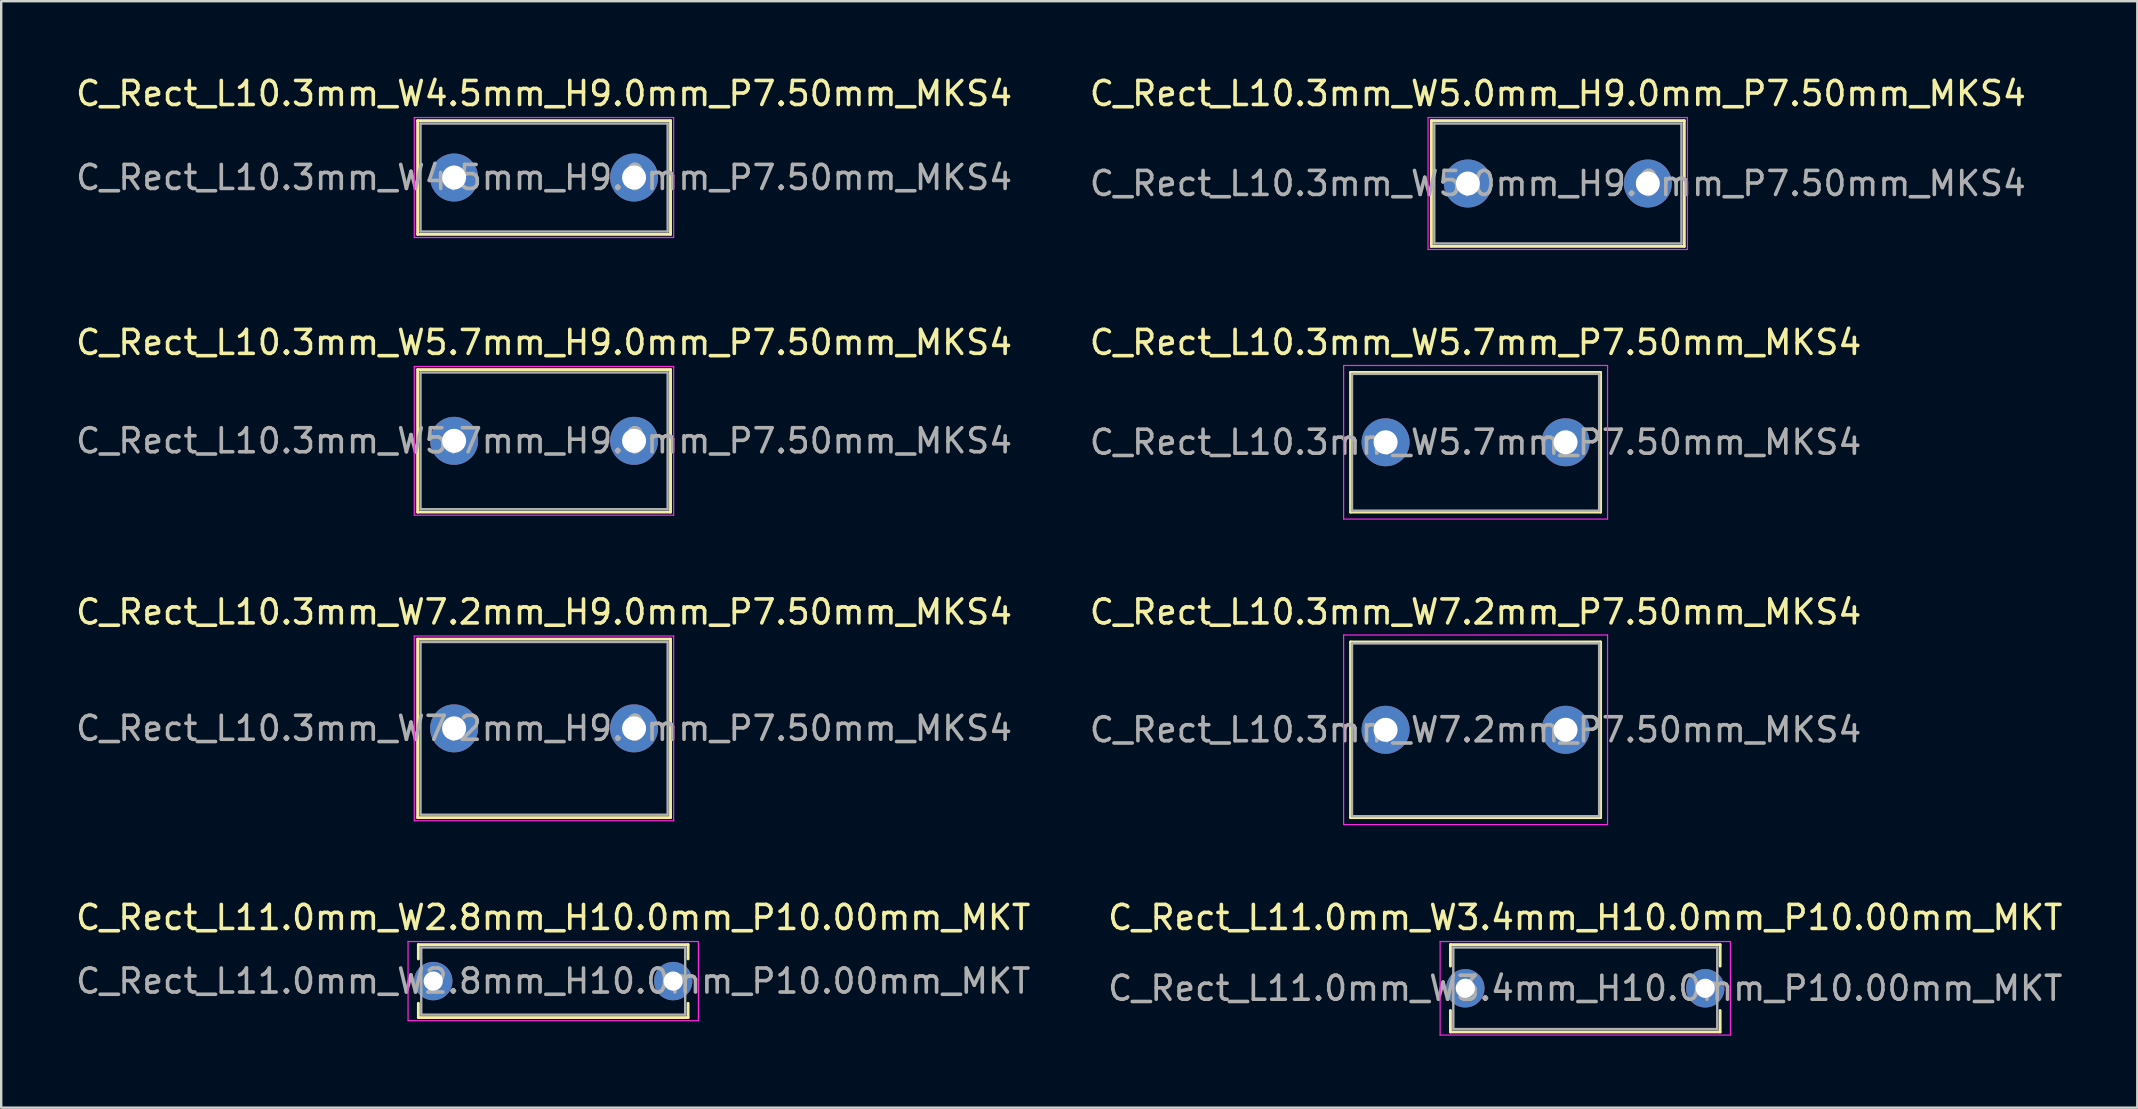
<source format=kicad_pcb>
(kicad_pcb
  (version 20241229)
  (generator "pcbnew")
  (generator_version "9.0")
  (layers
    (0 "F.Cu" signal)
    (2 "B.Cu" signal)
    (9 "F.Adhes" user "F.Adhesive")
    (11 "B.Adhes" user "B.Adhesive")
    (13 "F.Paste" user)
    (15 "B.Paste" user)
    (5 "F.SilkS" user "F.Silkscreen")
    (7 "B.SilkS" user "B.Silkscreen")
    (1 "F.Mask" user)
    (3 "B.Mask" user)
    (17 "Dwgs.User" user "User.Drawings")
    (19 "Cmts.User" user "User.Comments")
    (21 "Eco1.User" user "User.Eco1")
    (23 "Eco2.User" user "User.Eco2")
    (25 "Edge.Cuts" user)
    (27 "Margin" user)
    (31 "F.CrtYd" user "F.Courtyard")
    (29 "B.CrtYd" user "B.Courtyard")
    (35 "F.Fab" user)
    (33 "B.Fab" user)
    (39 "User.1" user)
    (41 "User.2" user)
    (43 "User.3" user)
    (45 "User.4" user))
  (footprint "C_Rect_L10.3mm_W4.5mm_H9.0mm_P7.50mm_MKS4"
    (layer "F.Cu")
    (at 15.875 4.348)
    (property "Reference" "C_Rect_L10.3mm_W4.5mm_H9.0mm_P7.50mm_MKS4" (at 3.75 -3.5 0) (layer "F.SilkS") (effects (font (size 1 1) (thickness 0.15))))
    (attr through_hole)
    (fp_line (start -1.52 -2.37) (end -1.52 2.37) (stroke (width 0.12) (type solid)) (layer "F.SilkS"))
    (fp_line (start -1.52 -2.37) (end 9.02 -2.37) (stroke (width 0.12) (type solid)) (layer "F.SilkS"))
    (fp_line (start -1.52 2.37) (end 9.02 2.37) (stroke (width 0.12) (type solid)) (layer "F.SilkS"))
    (fp_line (start 9.02 -2.37) (end 9.02 2.37) (stroke (width 0.12) (type solid)) (layer "F.SilkS"))
    (fp_line (start -1.66 -2.5) (end -1.66 2.5) (stroke (width 0.05) (type solid)) (layer "F.CrtYd"))
    (fp_line (start -1.66 2.5) (end 9.15 2.5) (stroke (width 0.05) (type solid)) (layer "F.CrtYd"))
    (fp_line (start 9.15 -2.5) (end -1.66 -2.5) (stroke (width 0.05) (type solid)) (layer "F.CrtYd"))
    (fp_line (start 9.15 2.5) (end 9.15 -2.5) (stroke (width 0.05) (type solid)) (layer "F.CrtYd"))
    (fp_line (start -1.4 -2.25) (end -1.4 2.25) (stroke (width 0.1) (type solid)) (layer "F.Fab"))
    (fp_line (start -1.4 2.25) (end 8.9 2.25) (stroke (width 0.1) (type solid)) (layer "F.Fab"))
    (fp_line (start 8.9 -2.25) (end -1.4 -2.25) (stroke (width 0.1) (type solid)) (layer "F.Fab"))
    (fp_line (start 8.9 2.25) (end 8.9 -2.25) (stroke (width 0.1) (type solid)) (layer "F.Fab"))
    (fp_text user "${REFERENCE}" (at 3.75 0 0) (layer "F.Fab") (effects (font (size 1 1) (thickness 0.15))))
    (pad "1" thru_hole circle (at 0 0) (size 2 2) (drill 1) (layers "*.Cu" "*.Mask"))
    (pad "2" thru_hole circle (at 7.5 0) (size 2 2) (drill 1) (layers "*.Cu" "*.Mask")))
  (footprint "C_Rect_L10.3mm_W5.7mm_H9.0mm_P7.50mm_MKS4"
    (layer "F.Cu")
    (at 15.875 15.322)
    (property "Reference" "C_Rect_L10.3mm_W5.7mm_H9.0mm_P7.50mm_MKS4" (at 3.75 -4.1 0) (layer "F.SilkS") (effects (font (size 1 1) (thickness 0.15))))
    (attr through_hole)
    (fp_line (start -1.52 -2.97) (end -1.52 2.97) (stroke (width 0.12) (type solid)) (layer "F.SilkS"))
    (fp_line (start -1.52 -2.97) (end 9.02 -2.97) (stroke (width 0.12) (type solid)) (layer "F.SilkS"))
    (fp_line (start -1.52 2.97) (end 9.02 2.97) (stroke (width 0.12) (type solid)) (layer "F.SilkS"))
    (fp_line (start 9.02 -2.97) (end 9.02 2.97) (stroke (width 0.12) (type solid)) (layer "F.SilkS"))
    (fp_line (start -1.66 -3.1) (end -1.66 3.1) (stroke (width 0.05) (type solid)) (layer "F.CrtYd"))
    (fp_line (start -1.66 3.1) (end 9.15 3.1) (stroke (width 0.05) (type solid)) (layer "F.CrtYd"))
    (fp_line (start 9.15 -3.1) (end -1.66 -3.1) (stroke (width 0.05) (type solid)) (layer "F.CrtYd"))
    (fp_line (start 9.15 3.1) (end 9.15 -3.1) (stroke (width 0.05) (type solid)) (layer "F.CrtYd"))
    (fp_line (start -1.4 -2.85) (end -1.4 2.85) (stroke (width 0.1) (type solid)) (layer "F.Fab"))
    (fp_line (start -1.4 2.85) (end 8.9 2.85) (stroke (width 0.1) (type solid)) (layer "F.Fab"))
    (fp_line (start 8.9 -2.85) (end -1.4 -2.85) (stroke (width 0.1) (type solid)) (layer "F.Fab"))
    (fp_line (start 8.9 2.85) (end 8.9 -2.85) (stroke (width 0.1) (type solid)) (layer "F.Fab"))
    (fp_text user "${REFERENCE}" (at 3.75 0 0) (layer "F.Fab") (effects (font (size 1 1) (thickness 0.15))))
    (pad "1" thru_hole circle (at 0 0) (size 2 2) (drill 1) (layers "*.Cu" "*.Mask"))
    (pad "2" thru_hole circle (at 7.5 0) (size 2 2) (drill 1) (layers "*.Cu" "*.Mask")))
  (footprint "C_Rect_L10.3mm_W7.2mm_P7.50mm_MKS4"
    (layer "F.Cu")
    (at 54.696 27.365)
    (property "Reference" "C_Rect_L10.3mm_W7.2mm_P7.50mm_MKS4" (at 3.75 -4.91 0) (layer "F.SilkS") (effects (font (size 1 1) (thickness 0.15))))
    (attr through_hole)
    (fp_line (start -1.46 -3.66) (end -1.46 3.66) (stroke (width 0.12) (type solid)) (layer "F.SilkS"))
    (fp_line (start -1.46 -3.66) (end 8.96 -3.66) (stroke (width 0.12) (type solid)) (layer "F.SilkS"))
    (fp_line (start -1.46 3.66) (end 8.96 3.66) (stroke (width 0.12) (type solid)) (layer "F.SilkS"))
    (fp_line (start 8.96 -3.66) (end 8.96 3.66) (stroke (width 0.12) (type solid)) (layer "F.SilkS"))
    (fp_line (start -1.75 -3.95) (end -1.75 3.95) (stroke (width 0.05) (type solid)) (layer "F.CrtYd"))
    (fp_line (start -1.75 3.95) (end 9.25 3.95) (stroke (width 0.05) (type solid)) (layer "F.CrtYd"))
    (fp_line (start 9.25 -3.95) (end -1.75 -3.95) (stroke (width 0.05) (type solid)) (layer "F.CrtYd"))
    (fp_line (start 9.25 3.95) (end 9.25 -3.95) (stroke (width 0.05) (type solid)) (layer "F.CrtYd"))
    (fp_line (start -1.4 -3.6) (end -1.4 3.6) (stroke (width 0.1) (type solid)) (layer "F.Fab"))
    (fp_line (start -1.4 3.6) (end 8.9 3.6) (stroke (width 0.1) (type solid)) (layer "F.Fab"))
    (fp_line (start 8.9 -3.6) (end -1.4 -3.6) (stroke (width 0.1) (type solid)) (layer "F.Fab"))
    (fp_line (start 8.9 3.6) (end 8.9 -3.6) (stroke (width 0.1) (type solid)) (layer "F.Fab"))
    (fp_text user "${REFERENCE}" (at 3.75 0 0) (layer "F.Fab") (effects (font (size 1 1) (thickness 0.15))))
    (pad "1" thru_hole circle (at 0 0) (size 2 2) (drill 1) (layers "*.Cu" "*.Mask"))
    (pad "2" thru_hole circle (at 7.5 0) (size 2 2) (drill 1) (layers "*.Cu" "*.Mask")))
  (footprint "C_Rect_L11.0mm_W3.4mm_H10.0mm_P10.00mm_MKT"
    (layer "F.Cu")
    (at 58.018 38.138)
    (property "Reference" "C_Rect_L11.0mm_W3.4mm_H10.0mm_P10.00mm_MKT" (at 5 -2.95 0) (layer "F.SilkS") (effects (font (size 1 1) (thickness 0.15))))
    (attr through_hole)
    (fp_line (start -0.62 -1.82) (end -0.62 -0.925) (stroke (width 0.12) (type solid)) (layer "F.SilkS"))
    (fp_line (start -0.62 -1.82) (end 10.62 -1.82) (stroke (width 0.12) (type solid)) (layer "F.SilkS"))
    (fp_line (start -0.62 0.925) (end -0.62 1.82) (stroke (width 0.12) (type solid)) (layer "F.SilkS"))
    (fp_line (start -0.62 1.82) (end 10.62 1.82) (stroke (width 0.12) (type solid)) (layer "F.SilkS"))
    (fp_line (start 10.62 -1.82) (end 10.62 -0.925) (stroke (width 0.12) (type solid)) (layer "F.SilkS"))
    (fp_line (start 10.62 0.925) (end 10.62 1.82) (stroke (width 0.12) (type solid)) (layer "F.SilkS"))
    (fp_line (start -1.05 -1.95) (end -1.05 1.95) (stroke (width 0.05) (type solid)) (layer "F.CrtYd"))
    (fp_line (start -1.05 1.95) (end 11.05 1.95) (stroke (width 0.05) (type solid)) (layer "F.CrtYd"))
    (fp_line (start 11.05 -1.95) (end -1.05 -1.95) (stroke (width 0.05) (type solid)) (layer "F.CrtYd"))
    (fp_line (start 11.05 1.95) (end 11.05 -1.95) (stroke (width 0.05) (type solid)) (layer "F.CrtYd"))
    (fp_line (start -0.5 -1.7) (end -0.5 1.7) (stroke (width 0.1) (type solid)) (layer "F.Fab"))
    (fp_line (start -0.5 1.7) (end 10.5 1.7) (stroke (width 0.1) (type solid)) (layer "F.Fab"))
    (fp_line (start 10.5 -1.7) (end -0.5 -1.7) (stroke (width 0.1) (type solid)) (layer "F.Fab"))
    (fp_line (start 10.5 1.7) (end 10.5 -1.7) (stroke (width 0.1) (type solid)) (layer "F.Fab"))
    (fp_text user "${REFERENCE}" (at 5 0 0) (layer "F.Fab") (effects (font (size 1 1) (thickness 0.15))))
    (pad "1" thru_hole circle (at 0 0) (size 1.6 1.6) (drill 0.8) (layers "*.Cu" "*.Mask"))
    (pad "2" thru_hole circle (at 10 0) (size 1.6 1.6) (drill 0.8) (layers "*.Cu" "*.Mask")))
  (footprint "C_Rect_L10.3mm_W5.7mm_P7.50mm_MKS4"
    (layer "F.Cu")
    (at 54.696 15.382)
    (property "Reference" "C_Rect_L10.3mm_W5.7mm_P7.50mm_MKS4" (at 3.75 -4.16 0) (layer "F.SilkS") (effects (font (size 1 1) (thickness 0.15))))
    (attr through_hole)
    (fp_line (start -1.46 -2.91) (end -1.46 2.91) (stroke (width 0.12) (type solid)) (layer "F.SilkS"))
    (fp_line (start -1.46 -2.91) (end 8.96 -2.91) (stroke (width 0.12) (type solid)) (layer "F.SilkS"))
    (fp_line (start -1.46 2.91) (end 8.96 2.91) (stroke (width 0.12) (type solid)) (layer "F.SilkS"))
    (fp_line (start 8.96 -2.91) (end 8.96 2.91) (stroke (width 0.12) (type solid)) (layer "F.SilkS"))
    (fp_line (start -1.75 -3.2) (end -1.75 3.2) (stroke (width 0.05) (type solid)) (layer "F.CrtYd"))
    (fp_line (start -1.75 3.2) (end 9.25 3.2) (stroke (width 0.05) (type solid)) (layer "F.CrtYd"))
    (fp_line (start 9.25 -3.2) (end -1.75 -3.2) (stroke (width 0.05) (type solid)) (layer "F.CrtYd"))
    (fp_line (start 9.25 3.2) (end 9.25 -3.2) (stroke (width 0.05) (type solid)) (layer "F.CrtYd"))
    (fp_line (start -1.4 -2.85) (end -1.4 2.85) (stroke (width 0.1) (type solid)) (layer "F.Fab"))
    (fp_line (start -1.4 2.85) (end 8.9 2.85) (stroke (width 0.1) (type solid)) (layer "F.Fab"))
    (fp_line (start 8.9 -2.85) (end -1.4 -2.85) (stroke (width 0.1) (type solid)) (layer "F.Fab"))
    (fp_line (start 8.9 2.85) (end 8.9 -2.85) (stroke (width 0.1) (type solid)) (layer "F.Fab"))
    (fp_text user "${REFERENCE}" (at 3.75 0 0) (layer "F.Fab") (effects (font (size 1 1) (thickness 0.15))))
    (pad "1" thru_hole circle (at 0 0) (size 2 2) (drill 1) (layers "*.Cu" "*.Mask"))
    (pad "2" thru_hole circle (at 7.5 0) (size 2 2) (drill 1) (layers "*.Cu" "*.Mask")))
  (footprint "C_Rect_L11.0mm_W2.8mm_H10.0mm_P10.00mm_MKT"
    (layer "F.Cu")
    (at 15.006 37.838)
    (property "Reference" "C_Rect_L11.0mm_W2.8mm_H10.0mm_P10.00mm_MKT" (at 5 -2.65 0) (layer "F.SilkS") (effects (font (size 1 1) (thickness 0.15))))
    (attr through_hole)
    (fp_line (start -0.62 -1.52) (end -0.62 -0.925) (stroke (width 0.12) (type solid)) (layer "F.SilkS"))
    (fp_line (start -0.62 -1.52) (end 10.62 -1.52) (stroke (width 0.12) (type solid)) (layer "F.SilkS"))
    (fp_line (start -0.62 0.925) (end -0.62 1.52) (stroke (width 0.12) (type solid)) (layer "F.SilkS"))
    (fp_line (start -0.62 1.52) (end 10.62 1.52) (stroke (width 0.12) (type solid)) (layer "F.SilkS"))
    (fp_line (start 10.62 -1.52) (end 10.62 -0.925) (stroke (width 0.12) (type solid)) (layer "F.SilkS"))
    (fp_line (start 10.62 0.925) (end 10.62 1.52) (stroke (width 0.12) (type solid)) (layer "F.SilkS"))
    (fp_line (start -1.05 -1.65) (end -1.05 1.65) (stroke (width 0.05) (type solid)) (layer "F.CrtYd"))
    (fp_line (start -1.05 1.65) (end 11.05 1.65) (stroke (width 0.05) (type solid)) (layer "F.CrtYd"))
    (fp_line (start 11.05 -1.65) (end -1.05 -1.65) (stroke (width 0.05) (type solid)) (layer "F.CrtYd"))
    (fp_line (start 11.05 1.65) (end 11.05 -1.65) (stroke (width 0.05) (type solid)) (layer "F.CrtYd"))
    (fp_line (start -0.5 -1.4) (end -0.5 1.4) (stroke (width 0.1) (type solid)) (layer "F.Fab"))
    (fp_line (start -0.5 1.4) (end 10.5 1.4) (stroke (width 0.1) (type solid)) (layer "F.Fab"))
    (fp_line (start 10.5 -1.4) (end -0.5 -1.4) (stroke (width 0.1) (type solid)) (layer "F.Fab"))
    (fp_line (start 10.5 1.4) (end 10.5 -1.4) (stroke (width 0.1) (type solid)) (layer "F.Fab"))
    (fp_text user "${REFERENCE}" (at 5 0 0) (layer "F.Fab") (effects (font (size 1 1) (thickness 0.15))))
    (pad "1" thru_hole circle (at 0 0) (size 1.6 1.6) (drill 0.8) (layers "*.Cu" "*.Mask"))
    (pad "2" thru_hole circle (at 10 0) (size 1.6 1.6) (drill 0.8) (layers "*.Cu" "*.Mask")))
  (footprint "C_Rect_L10.3mm_W5.0mm_H9.0mm_P7.50mm_MKS4"
    (layer "F.Cu")
    (at 58.125 4.598)
    (property "Reference" "C_Rect_L10.3mm_W5.0mm_H9.0mm_P7.50mm_MKS4" (at 3.75 -3.75 0) (layer "F.SilkS") (effects (font (size 1 1) (thickness 0.15))))
    (attr through_hole)
    (fp_line (start -1.52 -2.62) (end -1.52 2.62) (stroke (width 0.12) (type solid)) (layer "F.SilkS"))
    (fp_line (start -1.52 -2.62) (end 9.02 -2.62) (stroke (width 0.12) (type solid)) (layer "F.SilkS"))
    (fp_line (start -1.52 2.62) (end 9.02 2.62) (stroke (width 0.12) (type solid)) (layer "F.SilkS"))
    (fp_line (start 9.02 -2.62) (end 9.02 2.62) (stroke (width 0.12) (type solid)) (layer "F.SilkS"))
    (fp_line (start -1.66 -2.75) (end -1.66 2.75) (stroke (width 0.05) (type solid)) (layer "F.CrtYd"))
    (fp_line (start -1.66 2.75) (end 9.15 2.75) (stroke (width 0.05) (type solid)) (layer "F.CrtYd"))
    (fp_line (start 9.15 -2.75) (end -1.66 -2.75) (stroke (width 0.05) (type solid)) (layer "F.CrtYd"))
    (fp_line (start 9.15 2.75) (end 9.15 -2.75) (stroke (width 0.05) (type solid)) (layer "F.CrtYd"))
    (fp_line (start -1.4 -2.5) (end -1.4 2.5) (stroke (width 0.1) (type solid)) (layer "F.Fab"))
    (fp_line (start -1.4 2.5) (end 8.9 2.5) (stroke (width 0.1) (type solid)) (layer "F.Fab"))
    (fp_line (start 8.9 -2.5) (end -1.4 -2.5) (stroke (width 0.1) (type solid)) (layer "F.Fab"))
    (fp_line (start 8.9 2.5) (end 8.9 -2.5) (stroke (width 0.1) (type solid)) (layer "F.Fab"))
    (fp_text user "${REFERENCE}" (at 3.75 0 0) (layer "F.Fab") (effects (font (size 1 1) (thickness 0.15))))
    (pad "1" thru_hole circle (at 0 0) (size 2 2) (drill 1) (layers "*.Cu" "*.Mask"))
    (pad "2" thru_hole circle (at 7.5 0) (size 2 2) (drill 1) (layers "*.Cu" "*.Mask")))
  (footprint "C_Rect_L10.3mm_W7.2mm_H9.0mm_P7.50mm_MKS4"
    (layer "F.Cu")
    (at 15.875 27.305)
    (property "Reference" "C_Rect_L10.3mm_W7.2mm_H9.0mm_P7.50mm_MKS4" (at 3.75 -4.85 0) (layer "F.SilkS") (effects (font (size 1 1) (thickness 0.15))))
    (attr through_hole)
    (fp_line (start -1.52 -3.72) (end -1.52 3.72) (stroke (width 0.12) (type solid)) (layer "F.SilkS"))
    (fp_line (start -1.52 -3.72) (end 9.02 -3.72) (stroke (width 0.12) (type solid)) (layer "F.SilkS"))
    (fp_line (start -1.52 3.72) (end 9.02 3.72) (stroke (width 0.12) (type solid)) (layer "F.SilkS"))
    (fp_line (start 9.02 -3.72) (end 9.02 3.72) (stroke (width 0.12) (type solid)) (layer "F.SilkS"))
    (fp_line (start -1.66 -3.85) (end -1.66 3.85) (stroke (width 0.05) (type solid)) (layer "F.CrtYd"))
    (fp_line (start -1.66 3.85) (end 9.15 3.85) (stroke (width 0.05) (type solid)) (layer "F.CrtYd"))
    (fp_line (start 9.15 -3.85) (end -1.66 -3.85) (stroke (width 0.05) (type solid)) (layer "F.CrtYd"))
    (fp_line (start 9.15 3.85) (end 9.15 -3.85) (stroke (width 0.05) (type solid)) (layer "F.CrtYd"))
    (fp_line (start -1.4 -3.6) (end -1.4 3.6) (stroke (width 0.1) (type solid)) (layer "F.Fab"))
    (fp_line (start -1.4 3.6) (end 8.9 3.6) (stroke (width 0.1) (type solid)) (layer "F.Fab"))
    (fp_line (start 8.9 -3.6) (end -1.4 -3.6) (stroke (width 0.1) (type solid)) (layer "F.Fab"))
    (fp_line (start 8.9 3.6) (end 8.9 -3.6) (stroke (width 0.1) (type solid)) (layer "F.Fab"))
    (fp_text user "${REFERENCE}" (at 3.75 0 0) (layer "F.Fab") (effects (font (size 1 1) (thickness 0.15))))
    (pad "1" thru_hole circle (at 0 0) (size 2 2) (drill 1) (layers "*.Cu" "*.Mask"))
    (pad "2" thru_hole circle (at 7.5 0) (size 2 2) (drill 1) (layers "*.Cu" "*.Mask")))
  (gr_rect
    (start -3 -3)
    (end 86.024 43.113)
    (stroke (width 0.1) (type default))
    (fill no)
    (layer "Edge.Cuts")))
</source>
